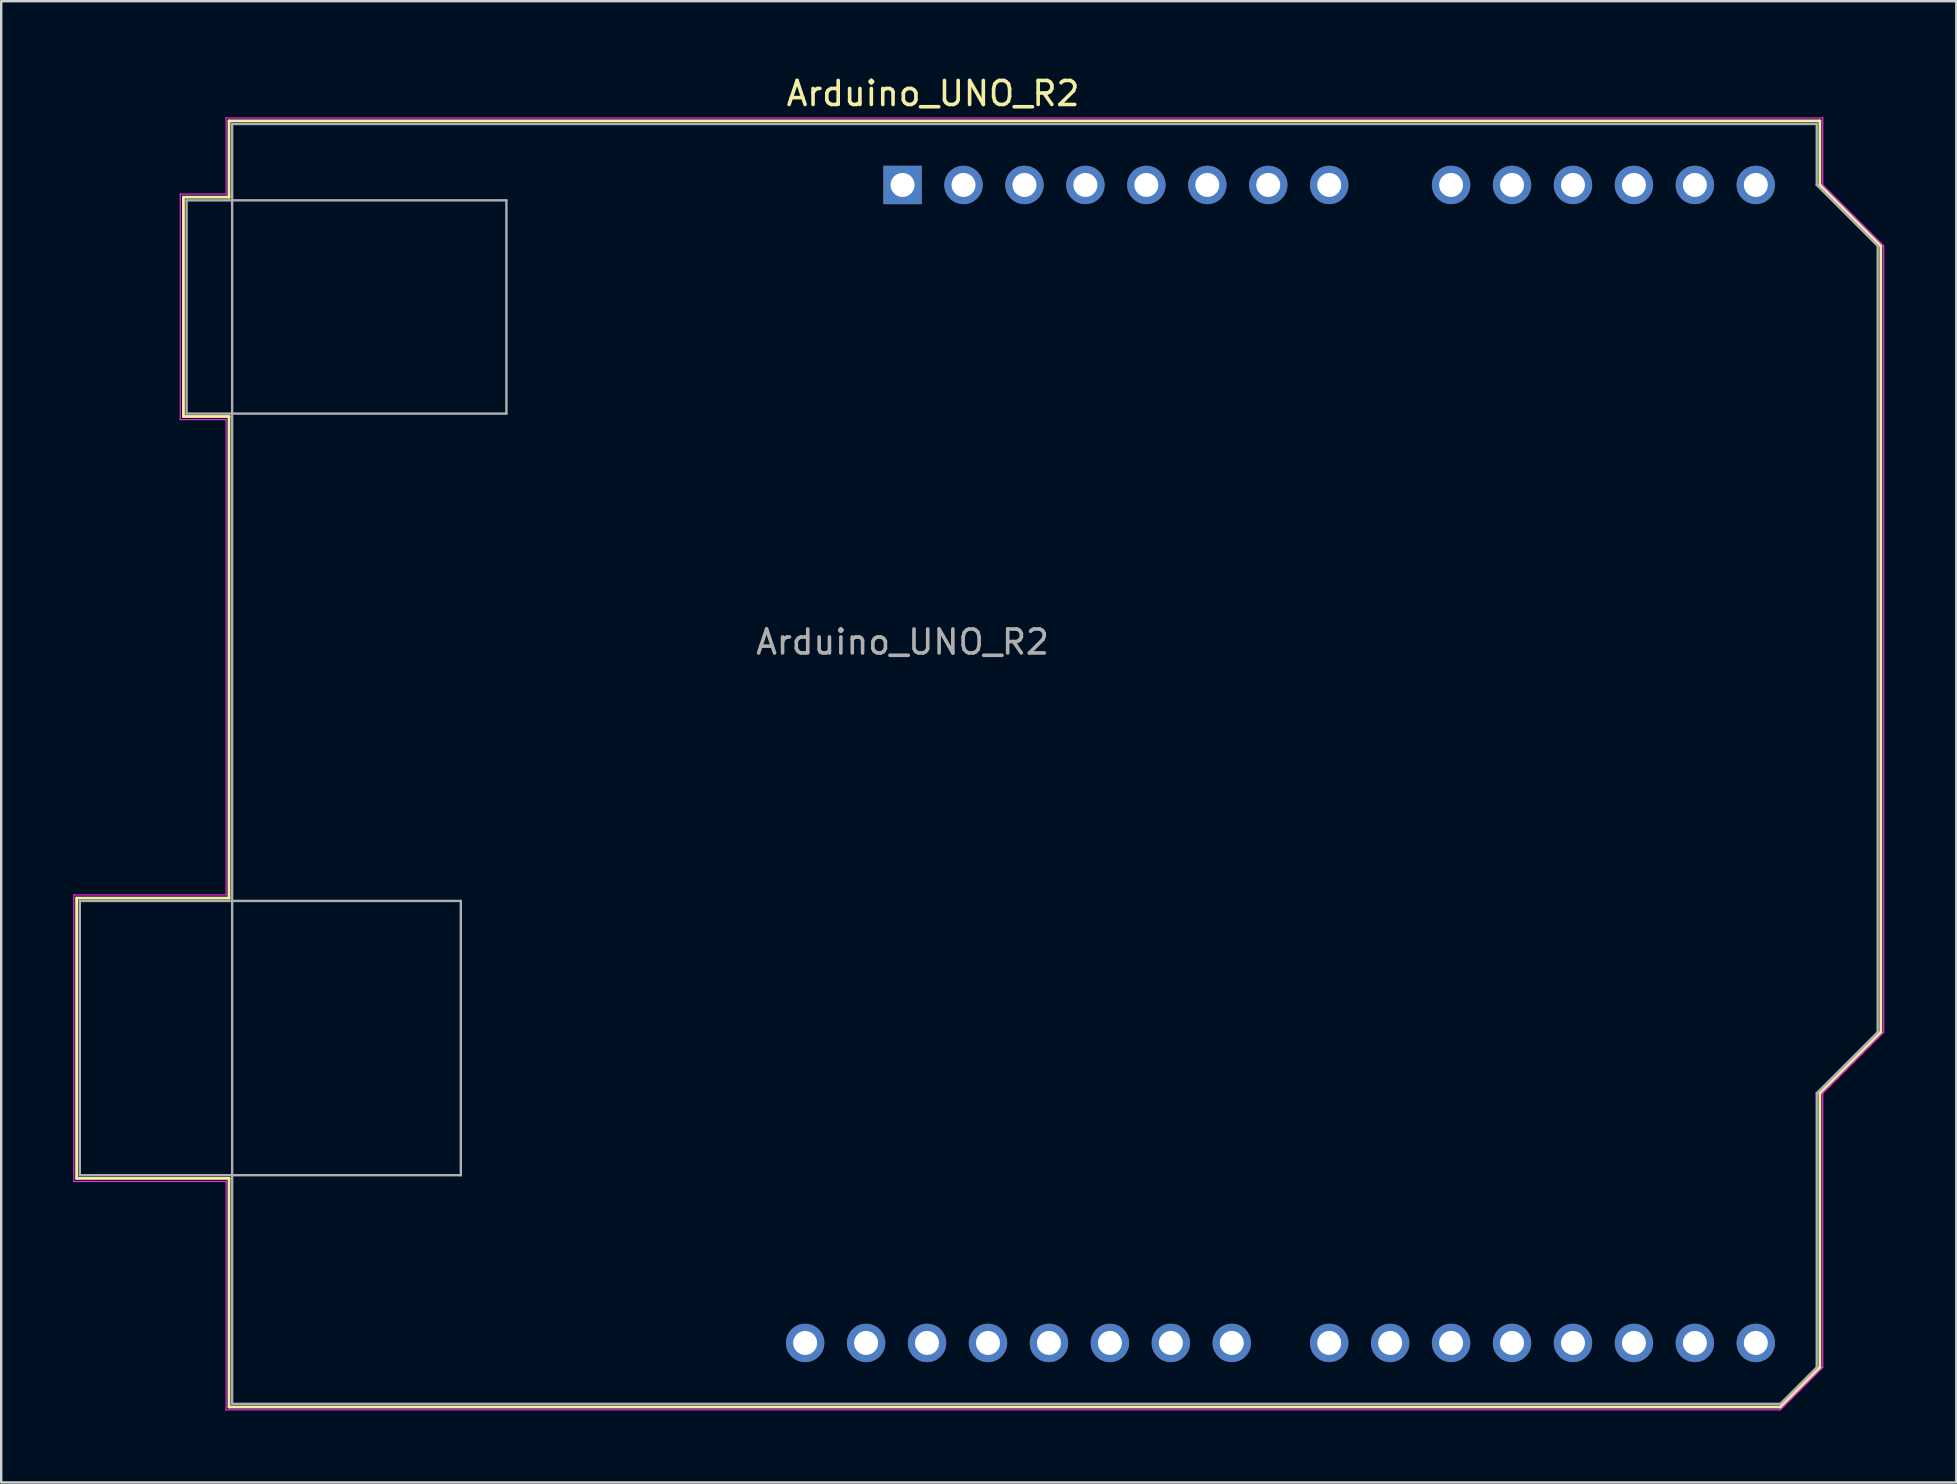
<source format=kicad_pcb>
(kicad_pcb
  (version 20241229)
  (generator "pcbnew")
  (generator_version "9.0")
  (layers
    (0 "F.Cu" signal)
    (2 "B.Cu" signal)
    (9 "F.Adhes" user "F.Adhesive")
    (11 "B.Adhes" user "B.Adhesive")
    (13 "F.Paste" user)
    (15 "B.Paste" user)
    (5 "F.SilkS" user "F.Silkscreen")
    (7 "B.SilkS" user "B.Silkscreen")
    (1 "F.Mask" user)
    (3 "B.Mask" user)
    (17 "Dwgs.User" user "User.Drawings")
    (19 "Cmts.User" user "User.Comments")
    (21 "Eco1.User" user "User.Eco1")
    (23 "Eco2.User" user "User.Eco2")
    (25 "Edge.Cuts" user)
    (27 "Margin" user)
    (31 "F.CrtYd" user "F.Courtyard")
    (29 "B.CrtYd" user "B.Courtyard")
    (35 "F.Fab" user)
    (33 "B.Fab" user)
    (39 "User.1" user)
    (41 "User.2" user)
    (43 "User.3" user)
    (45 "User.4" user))
  (footprint "Arduino_UNO_R2"
    (layer "F.Cu")
    (at 34.565 4.658)
    (property "Reference" "Arduino_UNO_R2" (at 1.27 -3.81 180) (layer "F.SilkS") (effects (font (size 1 1) (thickness 0.15))))
    (attr through_hole)
    (fp_line (start -34.42 29.72) (end -34.42 41.4) (stroke (width 0.12) (type solid)) (layer "F.SilkS"))
    (fp_line (start -34.42 41.4) (end -28.07 41.4) (stroke (width 0.12) (type solid)) (layer "F.SilkS"))
    (fp_line (start -29.97 0.51) (end -29.97 9.65) (stroke (width 0.12) (type solid)) (layer "F.SilkS"))
    (fp_line (start -29.97 9.65) (end -28.07 9.65) (stroke (width 0.12) (type solid)) (layer "F.SilkS"))
    (fp_line (start -28.07 -2.67) (end -28.07 0.51) (stroke (width 0.12) (type solid)) (layer "F.SilkS"))
    (fp_line (start -28.07 0.51) (end -29.97 0.51) (stroke (width 0.12) (type solid)) (layer "F.SilkS"))
    (fp_line (start -28.07 9.65) (end -28.07 29.72) (stroke (width 0.12) (type solid)) (layer "F.SilkS"))
    (fp_line (start -28.07 29.72) (end -34.42 29.72) (stroke (width 0.12) (type solid)) (layer "F.SilkS"))
    (fp_line (start -28.07 41.4) (end -28.07 50.93) (stroke (width 0.12) (type solid)) (layer "F.SilkS"))
    (fp_line (start -28.07 50.93) (end 36.58 50.93) (stroke (width 0.12) (type solid)) (layer "F.SilkS"))
    (fp_line (start 36.58 50.93) (end 38.23 49.28) (stroke (width 0.12) (type solid)) (layer "F.SilkS"))
    (fp_line (start 38.23 -2.67) (end -28.07 -2.67) (stroke (width 0.12) (type solid)) (layer "F.SilkS"))
    (fp_line (start 38.23 0) (end 38.23 -2.67) (stroke (width 0.12) (type solid)) (layer "F.SilkS"))
    (fp_line (start 38.23 37.85) (end 40.77 35.31) (stroke (width 0.12) (type solid)) (layer "F.SilkS"))
    (fp_line (start 38.23 49.28) (end 38.23 37.85) (stroke (width 0.12) (type solid)) (layer "F.SilkS"))
    (fp_line (start 40.77 2.54) (end 38.23 0) (stroke (width 0.12) (type solid)) (layer "F.SilkS"))
    (fp_line (start 40.77 35.31) (end 40.77 2.54) (stroke (width 0.12) (type solid)) (layer "F.SilkS"))
    (fp_line (start -34.54 29.59) (end -28.19 29.59) (stroke (width 0.05) (type solid)) (layer "F.CrtYd"))
    (fp_line (start -34.54 41.53) (end -34.54 29.59) (stroke (width 0.05) (type solid)) (layer "F.CrtYd"))
    (fp_line (start -30.1 0.38) (end -28.19 0.38) (stroke (width 0.05) (type solid)) (layer "F.CrtYd"))
    (fp_line (start -30.1 9.78) (end -30.1 0.38) (stroke (width 0.05) (type solid)) (layer "F.CrtYd"))
    (fp_line (start -28.19 -2.79) (end 38.35 -2.79) (stroke (width 0.05) (type solid)) (layer "F.CrtYd"))
    (fp_line (start -28.19 0.38) (end -28.19 -2.79) (stroke (width 0.05) (type solid)) (layer "F.CrtYd"))
    (fp_line (start -28.19 9.78) (end -30.1 9.78) (stroke (width 0.05) (type solid)) (layer "F.CrtYd"))
    (fp_line (start -28.19 29.59) (end -28.19 9.78) (stroke (width 0.05) (type solid)) (layer "F.CrtYd"))
    (fp_line (start -28.19 41.53) (end -34.54 41.53) (stroke (width 0.05) (type solid)) (layer "F.CrtYd"))
    (fp_line (start -28.19 51.05) (end -28.19 41.53) (stroke (width 0.05) (type solid)) (layer "F.CrtYd"))
    (fp_line (start 36.58 51.05) (end -28.19 51.05) (stroke (width 0.05) (type solid)) (layer "F.CrtYd"))
    (fp_line (start 38.35 -2.79) (end 38.35 0) (stroke (width 0.05) (type solid)) (layer "F.CrtYd"))
    (fp_line (start 38.35 0) (end 40.89 2.54) (stroke (width 0.05) (type solid)) (layer "F.CrtYd"))
    (fp_line (start 38.35 37.85) (end 38.35 49.28) (stroke (width 0.05) (type solid)) (layer "F.CrtYd"))
    (fp_line (start 38.35 49.28) (end 36.58 51.05) (stroke (width 0.05) (type solid)) (layer "F.CrtYd"))
    (fp_line (start 40.89 2.54) (end 40.89 35.31) (stroke (width 0.05) (type solid)) (layer "F.CrtYd"))
    (fp_line (start 40.89 35.31) (end 38.35 37.85) (stroke (width 0.05) (type solid)) (layer "F.CrtYd"))
    (fp_line (start -34.29 29.84) (end -18.41 29.84) (stroke (width 0.1) (type solid)) (layer "F.Fab"))
    (fp_line (start -34.29 41.27) (end -34.29 29.84) (stroke (width 0.1) (type solid)) (layer "F.Fab"))
    (fp_line (start -29.84 0.64) (end -16.51 0.64) (stroke (width 0.1) (type solid)) (layer "F.Fab"))
    (fp_line (start -29.84 9.53) (end -29.84 0.64) (stroke (width 0.1) (type solid)) (layer "F.Fab"))
    (fp_line (start -27.94 -2.54) (end 38.1 -2.54) (stroke (width 0.1) (type solid)) (layer "F.Fab"))
    (fp_line (start -27.94 50.8) (end -27.94 -2.54) (stroke (width 0.1) (type solid)) (layer "F.Fab"))
    (fp_line (start -18.41 29.84) (end -18.41 41.27) (stroke (width 0.1) (type solid)) (layer "F.Fab"))
    (fp_line (start -18.41 41.27) (end -34.29 41.27) (stroke (width 0.1) (type solid)) (layer "F.Fab"))
    (fp_line (start -16.51 0.64) (end -16.51 9.53) (stroke (width 0.1) (type solid)) (layer "F.Fab"))
    (fp_line (start -16.51 9.53) (end -29.84 9.53) (stroke (width 0.1) (type solid)) (layer "F.Fab"))
    (fp_line (start 36.58 50.8) (end -27.94 50.8) (stroke (width 0.1) (type solid)) (layer "F.Fab"))
    (fp_line (start 38.1 -2.54) (end 38.1 0) (stroke (width 0.1) (type solid)) (layer "F.Fab"))
    (fp_line (start 38.1 0) (end 40.64 2.54) (stroke (width 0.1) (type solid)) (layer "F.Fab"))
    (fp_line (start 38.1 37.85) (end 38.1 49.28) (stroke (width 0.1) (type solid)) (layer "F.Fab"))
    (fp_line (start 38.1 49.28) (end 36.58 50.8) (stroke (width 0.1) (type solid)) (layer "F.Fab"))
    (fp_line (start 40.64 2.54) (end 40.64 35.31) (stroke (width 0.1) (type solid)) (layer "F.Fab"))
    (fp_line (start 40.64 35.31) (end 38.1 37.85) (stroke (width 0.1) (type solid)) (layer "F.Fab"))
    (fp_text user "${REFERENCE}" (at 0 19.05 180) (layer "F.Fab") (effects (font (size 1 1) (thickness 0.15))))
    (pad "1" thru_hole rect (at 0 0 90) (size 1.6 1.6) (drill 1) (layers "*.Cu" "*.Mask"))
    (pad "2" thru_hole oval (at 2.54 0 90) (size 1.6 1.6) (drill 1) (layers "*.Cu" "*.Mask"))
    (pad "3" thru_hole oval (at 5.08 0 90) (size 1.6 1.6) (drill 1) (layers "*.Cu" "*.Mask"))
    (pad "4" thru_hole oval (at 7.62 0 90) (size 1.6 1.6) (drill 1) (layers "*.Cu" "*.Mask"))
    (pad "5" thru_hole oval (at 10.16 0 90) (size 1.6 1.6) (drill 1) (layers "*.Cu" "*.Mask"))
    (pad "6" thru_hole oval (at 12.7 0 90) (size 1.6 1.6) (drill 1) (layers "*.Cu" "*.Mask"))
    (pad "7" thru_hole oval (at 15.24 0 90) (size 1.6 1.6) (drill 1) (layers "*.Cu" "*.Mask"))
    (pad "8" thru_hole oval (at 17.78 0 90) (size 1.6 1.6) (drill 1) (layers "*.Cu" "*.Mask"))
    (pad "9" thru_hole oval (at 22.86 0 90) (size 1.6 1.6) (drill 1) (layers "*.Cu" "*.Mask"))
    (pad "10" thru_hole oval (at 25.4 0 90) (size 1.6 1.6) (drill 1) (layers "*.Cu" "*.Mask"))
    (pad "11" thru_hole oval (at 27.94 0 90) (size 1.6 1.6) (drill 1) (layers "*.Cu" "*.Mask"))
    (pad "12" thru_hole oval (at 30.48 0 90) (size 1.6 1.6) (drill 1) (layers "*.Cu" "*.Mask"))
    (pad "13" thru_hole oval (at 33.02 0 90) (size 1.6 1.6) (drill 1) (layers "*.Cu" "*.Mask"))
    (pad "14" thru_hole oval (at 35.56 0 90) (size 1.6 1.6) (drill 1) (layers "*.Cu" "*.Mask"))
    (pad "15" thru_hole oval (at 35.56 48.26 90) (size 1.6 1.6) (drill 1) (layers "*.Cu" "*.Mask"))
    (pad "16" thru_hole oval (at 33.02 48.26 90) (size 1.6 1.6) (drill 1) (layers "*.Cu" "*.Mask"))
    (pad "17" thru_hole oval (at 30.48 48.26 90) (size 1.6 1.6) (drill 1) (layers "*.Cu" "*.Mask"))
    (pad "18" thru_hole oval (at 27.94 48.26 90) (size 1.6 1.6) (drill 1) (layers "*.Cu" "*.Mask"))
    (pad "19" thru_hole oval (at 25.4 48.26 90) (size 1.6 1.6) (drill 1) (layers "*.Cu" "*.Mask"))
    (pad "20" thru_hole oval (at 22.86 48.26 90) (size 1.6 1.6) (drill 1) (layers "*.Cu" "*.Mask"))
    (pad "21" thru_hole oval (at 20.32 48.26 90) (size 1.6 1.6) (drill 1) (layers "*.Cu" "*.Mask"))
    (pad "22" thru_hole oval (at 17.78 48.26 90) (size 1.6 1.6) (drill 1) (layers "*.Cu" "*.Mask"))
    (pad "23" thru_hole oval (at 13.72 48.26 90) (size 1.6 1.6) (drill 1) (layers "*.Cu" "*.Mask"))
    (pad "24" thru_hole oval (at 11.18 48.26 90) (size 1.6 1.6) (drill 1) (layers "*.Cu" "*.Mask"))
    (pad "25" thru_hole oval (at 8.64 48.26 90) (size 1.6 1.6) (drill 1) (layers "*.Cu" "*.Mask"))
    (pad "26" thru_hole oval (at 6.1 48.26 90) (size 1.6 1.6) (drill 1) (layers "*.Cu" "*.Mask"))
    (pad "27" thru_hole oval (at 3.56 48.26 90) (size 1.6 1.6) (drill 1) (layers "*.Cu" "*.Mask"))
    (pad "28" thru_hole oval (at 1.02 48.26 90) (size 1.6 1.6) (drill 1) (layers "*.Cu" "*.Mask"))
    (pad "29" thru_hole oval (at -1.52 48.26 90) (size 1.6 1.6) (drill 1) (layers "*.Cu" "*.Mask"))
    (pad "30" thru_hole oval (at -4.06 48.26 90) (size 1.6 1.6) (drill 1) (layers "*.Cu" "*.Mask")))
  (gr_rect
    (start -3 -3)
    (end 78.48 58.733)
    (stroke (width 0.1) (type default))
    (fill no)
    (layer "Edge.Cuts")))
</source>
